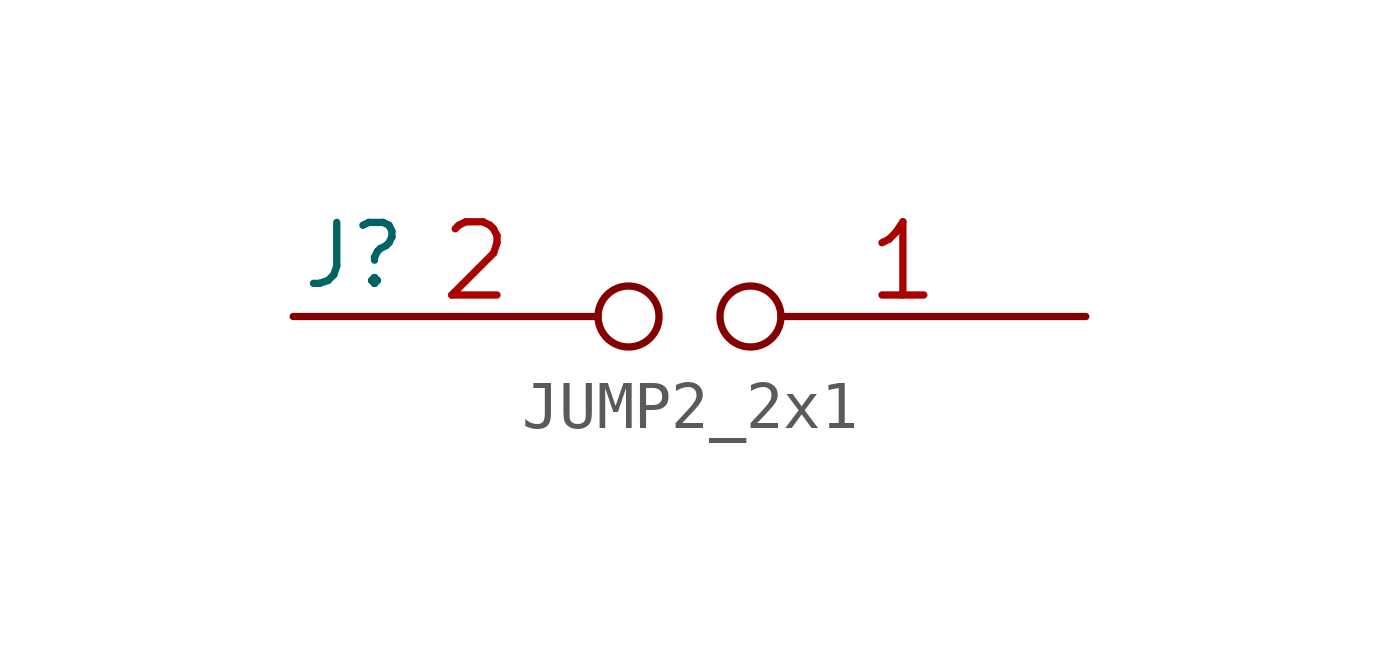
<source format=kicad_sym>
(kicad_symbol_lib
  (version 20211014)
  (generator kicad_symbol_editor)
  (symbol "JUMP2_2x1"
    (pin_names
      (offset 1.016) hide)
    (property "Reference" "J"
      (at -7.62 1.27 0)
      (effects (font (size 1.27 1.27))))
    (property "Footprint" ""
      (at 0 0 0)
      (effects (font (size 1.524 1.524))))
    (property "Datasheet" ""
      (at 0 0 0)
      (effects (font (size 1.524 1.524))))
    (symbol "JUMP2_2x1_1_1"
      (pin passive inverted (at 7.62 0 180) (length 7.62) (name "1" (effects (font (size 1.524 1.524)))) (number "1" (effects (font (size 1.524 1.524)))))
      (pin passive inverted (at -8.89 0 0) (length 7.62) (name "1" (effects (font (size 1.524 1.524)))) (number "2" (effects (font (size 1.524 1.524))))))))
</source>
